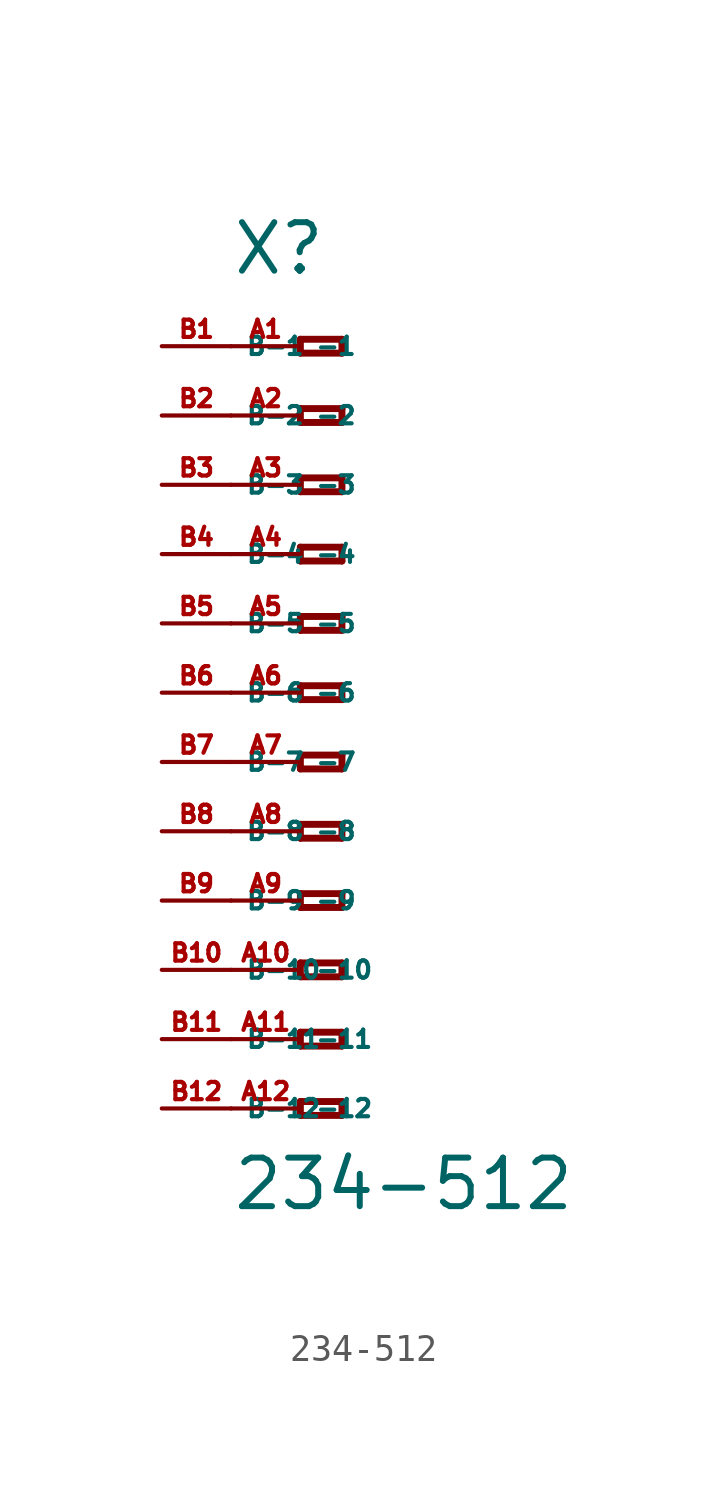
<source format=kicad_sym>
(kicad_symbol_lib
  (version 20220914)
  (generator Eagle2Kicad)
  (symbol "234-512"
    (property "Reference" "X"
      (at -5.08 15.24 0)
      (effects (font (size 1.778 1.778) (thickness 0.22)) (justify left bottom)))
    (property "Value" "234-512"
      (at -5.08 -19.05 0)
      (effects (font (size 1.778 1.778) (thickness 0.22)) (justify left bottom)))
    (polyline
      (pts (xy -2.54 12.954) (xy -2.54 12.446))
      (stroke (width 0.254) (type default))
      (fill (type none)))
    (polyline
      (pts (xy -2.54 12.446) (xy -1.016 12.446))
      (stroke (width 0.254) (type default))
      (fill (type none)))
    (polyline
      (pts (xy -1.016 12.446) (xy -1.016 12.954))
      (stroke (width 0.254) (type default))
      (fill (type none)))
    (polyline
      (pts (xy -1.016 12.954) (xy -2.54 12.954))
      (stroke (width 0.254) (type default))
      (fill (type none)))
    (polyline
      (pts (xy -2.54 10.414) (xy -2.54 9.906))
      (stroke (width 0.254) (type default))
      (fill (type none)))
    (polyline
      (pts (xy -2.54 9.906) (xy -1.016 9.906))
      (stroke (width 0.254) (type default))
      (fill (type none)))
    (polyline
      (pts (xy -1.016 9.906) (xy -1.016 10.414))
      (stroke (width 0.254) (type default))
      (fill (type none)))
    (polyline
      (pts (xy -1.016 10.414) (xy -2.54 10.414))
      (stroke (width 0.254) (type default))
      (fill (type none)))
    (polyline
      (pts (xy -2.54 7.874) (xy -2.54 7.366))
      (stroke (width 0.254) (type default))
      (fill (type none)))
    (polyline
      (pts (xy -2.54 7.366) (xy -1.016 7.366))
      (stroke (width 0.254) (type default))
      (fill (type none)))
    (polyline
      (pts (xy -1.016 7.366) (xy -1.016 7.874))
      (stroke (width 0.254) (type default))
      (fill (type none)))
    (polyline
      (pts (xy -1.016 7.874) (xy -2.54 7.874))
      (stroke (width 0.254) (type default))
      (fill (type none)))
    (polyline
      (pts (xy -2.54 5.334) (xy -2.54 4.826))
      (stroke (width 0.254) (type default))
      (fill (type none)))
    (polyline
      (pts (xy -2.54 4.826) (xy -1.016 4.826))
      (stroke (width 0.254) (type default))
      (fill (type none)))
    (polyline
      (pts (xy -1.016 4.826) (xy -1.016 5.334))
      (stroke (width 0.254) (type default))
      (fill (type none)))
    (polyline
      (pts (xy -1.016 5.334) (xy -2.54 5.334))
      (stroke (width 0.254) (type default))
      (fill (type none)))
    (polyline
      (pts (xy -2.54 2.794) (xy -2.54 2.286))
      (stroke (width 0.254) (type default))
      (fill (type none)))
    (polyline
      (pts (xy -2.54 2.286) (xy -1.016 2.286))
      (stroke (width 0.254) (type default))
      (fill (type none)))
    (polyline
      (pts (xy -1.016 2.286) (xy -1.016 2.794))
      (stroke (width 0.254) (type default))
      (fill (type none)))
    (polyline
      (pts (xy -1.016 2.794) (xy -2.54 2.794))
      (stroke (width 0.254) (type default))
      (fill (type none)))
    (polyline
      (pts (xy -2.54 0.254) (xy -2.54 -0.254))
      (stroke (width 0.254) (type default))
      (fill (type none)))
    (polyline
      (pts (xy -2.54 -0.254) (xy -1.016 -0.254))
      (stroke (width 0.254) (type default))
      (fill (type none)))
    (polyline
      (pts (xy -1.016 -0.254) (xy -1.016 0.254))
      (stroke (width 0.254) (type default))
      (fill (type none)))
    (polyline
      (pts (xy -1.016 0.254) (xy -2.54 0.254))
      (stroke (width 0.254) (type default))
      (fill (type none)))
    (polyline
      (pts (xy -2.54 -2.286) (xy -2.54 -2.794))
      (stroke (width 0.254) (type default))
      (fill (type none)))
    (polyline
      (pts (xy -2.54 -2.794) (xy -1.016 -2.794))
      (stroke (width 0.254) (type default))
      (fill (type none)))
    (polyline
      (pts (xy -1.016 -2.794) (xy -1.016 -2.286))
      (stroke (width 0.254) (type default))
      (fill (type none)))
    (polyline
      (pts (xy -1.016 -2.286) (xy -2.54 -2.286))
      (stroke (width 0.254) (type default))
      (fill (type none)))
    (polyline
      (pts (xy -2.54 -4.826) (xy -2.54 -5.334))
      (stroke (width 0.254) (type default))
      (fill (type none)))
    (polyline
      (pts (xy -2.54 -5.334) (xy -1.016 -5.334))
      (stroke (width 0.254) (type default))
      (fill (type none)))
    (polyline
      (pts (xy -1.016 -5.334) (xy -1.016 -4.826))
      (stroke (width 0.254) (type default))
      (fill (type none)))
    (polyline
      (pts (xy -1.016 -4.826) (xy -2.54 -4.826))
      (stroke (width 0.254) (type default))
      (fill (type none)))
    (polyline
      (pts (xy -2.54 -7.366) (xy -2.54 -7.874))
      (stroke (width 0.254) (type default))
      (fill (type none)))
    (polyline
      (pts (xy -2.54 -7.874) (xy -1.016 -7.874))
      (stroke (width 0.254) (type default))
      (fill (type none)))
    (polyline
      (pts (xy -1.016 -7.874) (xy -1.016 -7.366))
      (stroke (width 0.254) (type default))
      (fill (type none)))
    (polyline
      (pts (xy -1.016 -7.366) (xy -2.54 -7.366))
      (stroke (width 0.254) (type default))
      (fill (type none)))
    (polyline
      (pts (xy -2.54 -9.906) (xy -2.54 -10.414))
      (stroke (width 0.254) (type default))
      (fill (type none)))
    (polyline
      (pts (xy -2.54 -10.414) (xy -1.016 -10.414))
      (stroke (width 0.254) (type default))
      (fill (type none)))
    (polyline
      (pts (xy -1.016 -10.414) (xy -1.016 -9.906))
      (stroke (width 0.254) (type default))
      (fill (type none)))
    (polyline
      (pts (xy -1.016 -9.906) (xy -2.54 -9.906))
      (stroke (width 0.254) (type default))
      (fill (type none)))
    (polyline
      (pts (xy -2.54 -12.446) (xy -2.54 -12.954))
      (stroke (width 0.254) (type default))
      (fill (type none)))
    (polyline
      (pts (xy -2.54 -12.954) (xy -1.016 -12.954))
      (stroke (width 0.254) (type default))
      (fill (type none)))
    (polyline
      (pts (xy -1.016 -12.954) (xy -1.016 -12.446))
      (stroke (width 0.254) (type default))
      (fill (type none)))
    (polyline
      (pts (xy -1.016 -12.446) (xy -2.54 -12.446))
      (stroke (width 0.254) (type default))
      (fill (type none)))
    (polyline
      (pts (xy -2.54 -14.986) (xy -2.54 -15.494))
      (stroke (width 0.254) (type default))
      (fill (type none)))
    (polyline
      (pts (xy -2.54 -15.494) (xy -1.016 -15.494))
      (stroke (width 0.254) (type default))
      (fill (type none)))
    (polyline
      (pts (xy -1.016 -15.494) (xy -1.016 -14.986))
      (stroke (width 0.254) (type default))
      (fill (type none)))
    (polyline
      (pts (xy -1.016 -14.986) (xy -2.54 -14.986))
      (stroke (width 0.254) (type default))
      (fill (type none)))
    (pin passive line
      (at -5.08 12.7 0)
      (length 2.54)
      (name "-1" (effects (font (size 0.635 0.635) (thickness 0.08)) (justify left bottom)))
      (number "A1" (effects (font (size 0.635 0.635) (thickness 0.08)) (justify left bottom))))
    (pin passive line
      (at -5.08 10.16 0)
      (length 2.54)
      (name "-2" (effects (font (size 0.635 0.635) (thickness 0.08)) (justify left bottom)))
      (number "A2" (effects (font (size 0.635 0.635) (thickness 0.08)) (justify left bottom))))
    (pin passive line
      (at -5.08 7.62 0)
      (length 2.54)
      (name "-3" (effects (font (size 0.635 0.635) (thickness 0.08)) (justify left bottom)))
      (number "A3" (effects (font (size 0.635 0.635) (thickness 0.08)) (justify left bottom))))
    (pin passive line
      (at -5.08 5.08 0)
      (length 2.54)
      (name "-4" (effects (font (size 0.635 0.635) (thickness 0.08)) (justify left bottom)))
      (number "A4" (effects (font (size 0.635 0.635) (thickness 0.08)) (justify left bottom))))
    (pin passive line
      (at -5.08 2.54 0)
      (length 2.54)
      (name "-5" (effects (font (size 0.635 0.635) (thickness 0.08)) (justify left bottom)))
      (number "A5" (effects (font (size 0.635 0.635) (thickness 0.08)) (justify left bottom))))
    (pin passive line
      (at -5.08 0 0)
      (length 2.54)
      (name "-6" (effects (font (size 0.635 0.635) (thickness 0.08)) (justify left bottom)))
      (number "A6" (effects (font (size 0.635 0.635) (thickness 0.08)) (justify left bottom))))
    (pin passive line
      (at -5.08 -2.54 0)
      (length 2.54)
      (name "-7" (effects (font (size 0.635 0.635) (thickness 0.08)) (justify left bottom)))
      (number "A7" (effects (font (size 0.635 0.635) (thickness 0.08)) (justify left bottom))))
    (pin passive line
      (at -5.08 -5.08 0)
      (length 2.54)
      (name "-8" (effects (font (size 0.635 0.635) (thickness 0.08)) (justify left bottom)))
      (number "A8" (effects (font (size 0.635 0.635) (thickness 0.08)) (justify left bottom))))
    (pin passive line
      (at -5.08 -7.62 0)
      (length 2.54)
      (name "-9" (effects (font (size 0.635 0.635) (thickness 0.08)) (justify left bottom)))
      (number "A9" (effects (font (size 0.635 0.635) (thickness 0.08)) (justify left bottom))))
    (pin passive line
      (at -5.08 -10.16 0)
      (length 2.54)
      (name "-10" (effects (font (size 0.635 0.635) (thickness 0.08)) (justify left bottom)))
      (number "A10" (effects (font (size 0.635 0.635) (thickness 0.08)) (justify left bottom))))
    (pin passive line
      (at -5.08 -12.7 0)
      (length 2.54)
      (name "-11" (effects (font (size 0.635 0.635) (thickness 0.08)) (justify left bottom)))
      (number "A11" (effects (font (size 0.635 0.635) (thickness 0.08)) (justify left bottom))))
    (pin passive line
      (at -5.08 -15.24 0)
      (length 2.54)
      (name "-12" (effects (font (size 0.635 0.635) (thickness 0.08)) (justify left bottom)))
      (number "A12" (effects (font (size 0.635 0.635) (thickness 0.08)) (justify left bottom))))
    (pin passive line
      (at -7.62 -15.24 0)
      (length 2.54)
      (name "B-12" (effects (font (size 0.635 0.635) (thickness 0.08)) (justify left bottom)))
      (number "B12" (effects (font (size 0.635 0.635) (thickness 0.08)) (justify left bottom))))
    (pin passive line
      (at -7.62 12.7 0)
      (length 2.54)
      (name "B-1" (effects (font (size 0.635 0.635) (thickness 0.08)) (justify left bottom)))
      (number "B1" (effects (font (size 0.635 0.635) (thickness 0.08)) (justify left bottom))))
    (pin passive line
      (at -7.62 10.16 0)
      (length 2.54)
      (name "B-2" (effects (font (size 0.635 0.635) (thickness 0.08)) (justify left bottom)))
      (number "B2" (effects (font (size 0.635 0.635) (thickness 0.08)) (justify left bottom))))
    (pin passive line
      (at -7.62 7.62 0)
      (length 2.54)
      (name "B-3" (effects (font (size 0.635 0.635) (thickness 0.08)) (justify left bottom)))
      (number "B3" (effects (font (size 0.635 0.635) (thickness 0.08)) (justify left bottom))))
    (pin passive line
      (at -7.62 5.08 0)
      (length 2.54)
      (name "B-4" (effects (font (size 0.635 0.635) (thickness 0.08)) (justify left bottom)))
      (number "B4" (effects (font (size 0.635 0.635) (thickness 0.08)) (justify left bottom))))
    (pin passive line
      (at -7.62 2.54 0)
      (length 2.54)
      (name "B-5" (effects (font (size 0.635 0.635) (thickness 0.08)) (justify left bottom)))
      (number "B5" (effects (font (size 0.635 0.635) (thickness 0.08)) (justify left bottom))))
    (pin passive line
      (at -7.62 0 0)
      (length 2.54)
      (name "B-6" (effects (font (size 0.635 0.635) (thickness 0.08)) (justify left bottom)))
      (number "B6" (effects (font (size 0.635 0.635) (thickness 0.08)) (justify left bottom))))
    (pin passive line
      (at -7.62 -2.54 0)
      (length 2.54)
      (name "B-7" (effects (font (size 0.635 0.635) (thickness 0.08)) (justify left bottom)))
      (number "B7" (effects (font (size 0.635 0.635) (thickness 0.08)) (justify left bottom))))
    (pin passive line
      (at -7.62 -5.08 0)
      (length 2.54)
      (name "B-8" (effects (font (size 0.635 0.635) (thickness 0.08)) (justify left bottom)))
      (number "B8" (effects (font (size 0.635 0.635) (thickness 0.08)) (justify left bottom))))
    (pin passive line
      (at -7.62 -7.62 0)
      (length 2.54)
      (name "B-9" (effects (font (size 0.635 0.635) (thickness 0.08)) (justify left bottom)))
      (number "B9" (effects (font (size 0.635 0.635) (thickness 0.08)) (justify left bottom))))
    (pin passive line
      (at -7.62 -10.16 0)
      (length 2.54)
      (name "B-10" (effects (font (size 0.635 0.635) (thickness 0.08)) (justify left bottom)))
      (number "B10" (effects (font (size 0.635 0.635) (thickness 0.08)) (justify left bottom))))
    (pin passive line
      (at -7.62 -12.7 0)
      (length 2.54)
      (name "B-11" (effects (font (size 0.635 0.635) (thickness 0.08)) (justify left bottom)))
      (number "B11" (effects (font (size 0.635 0.635) (thickness 0.08)) (justify left bottom))))))
</source>
